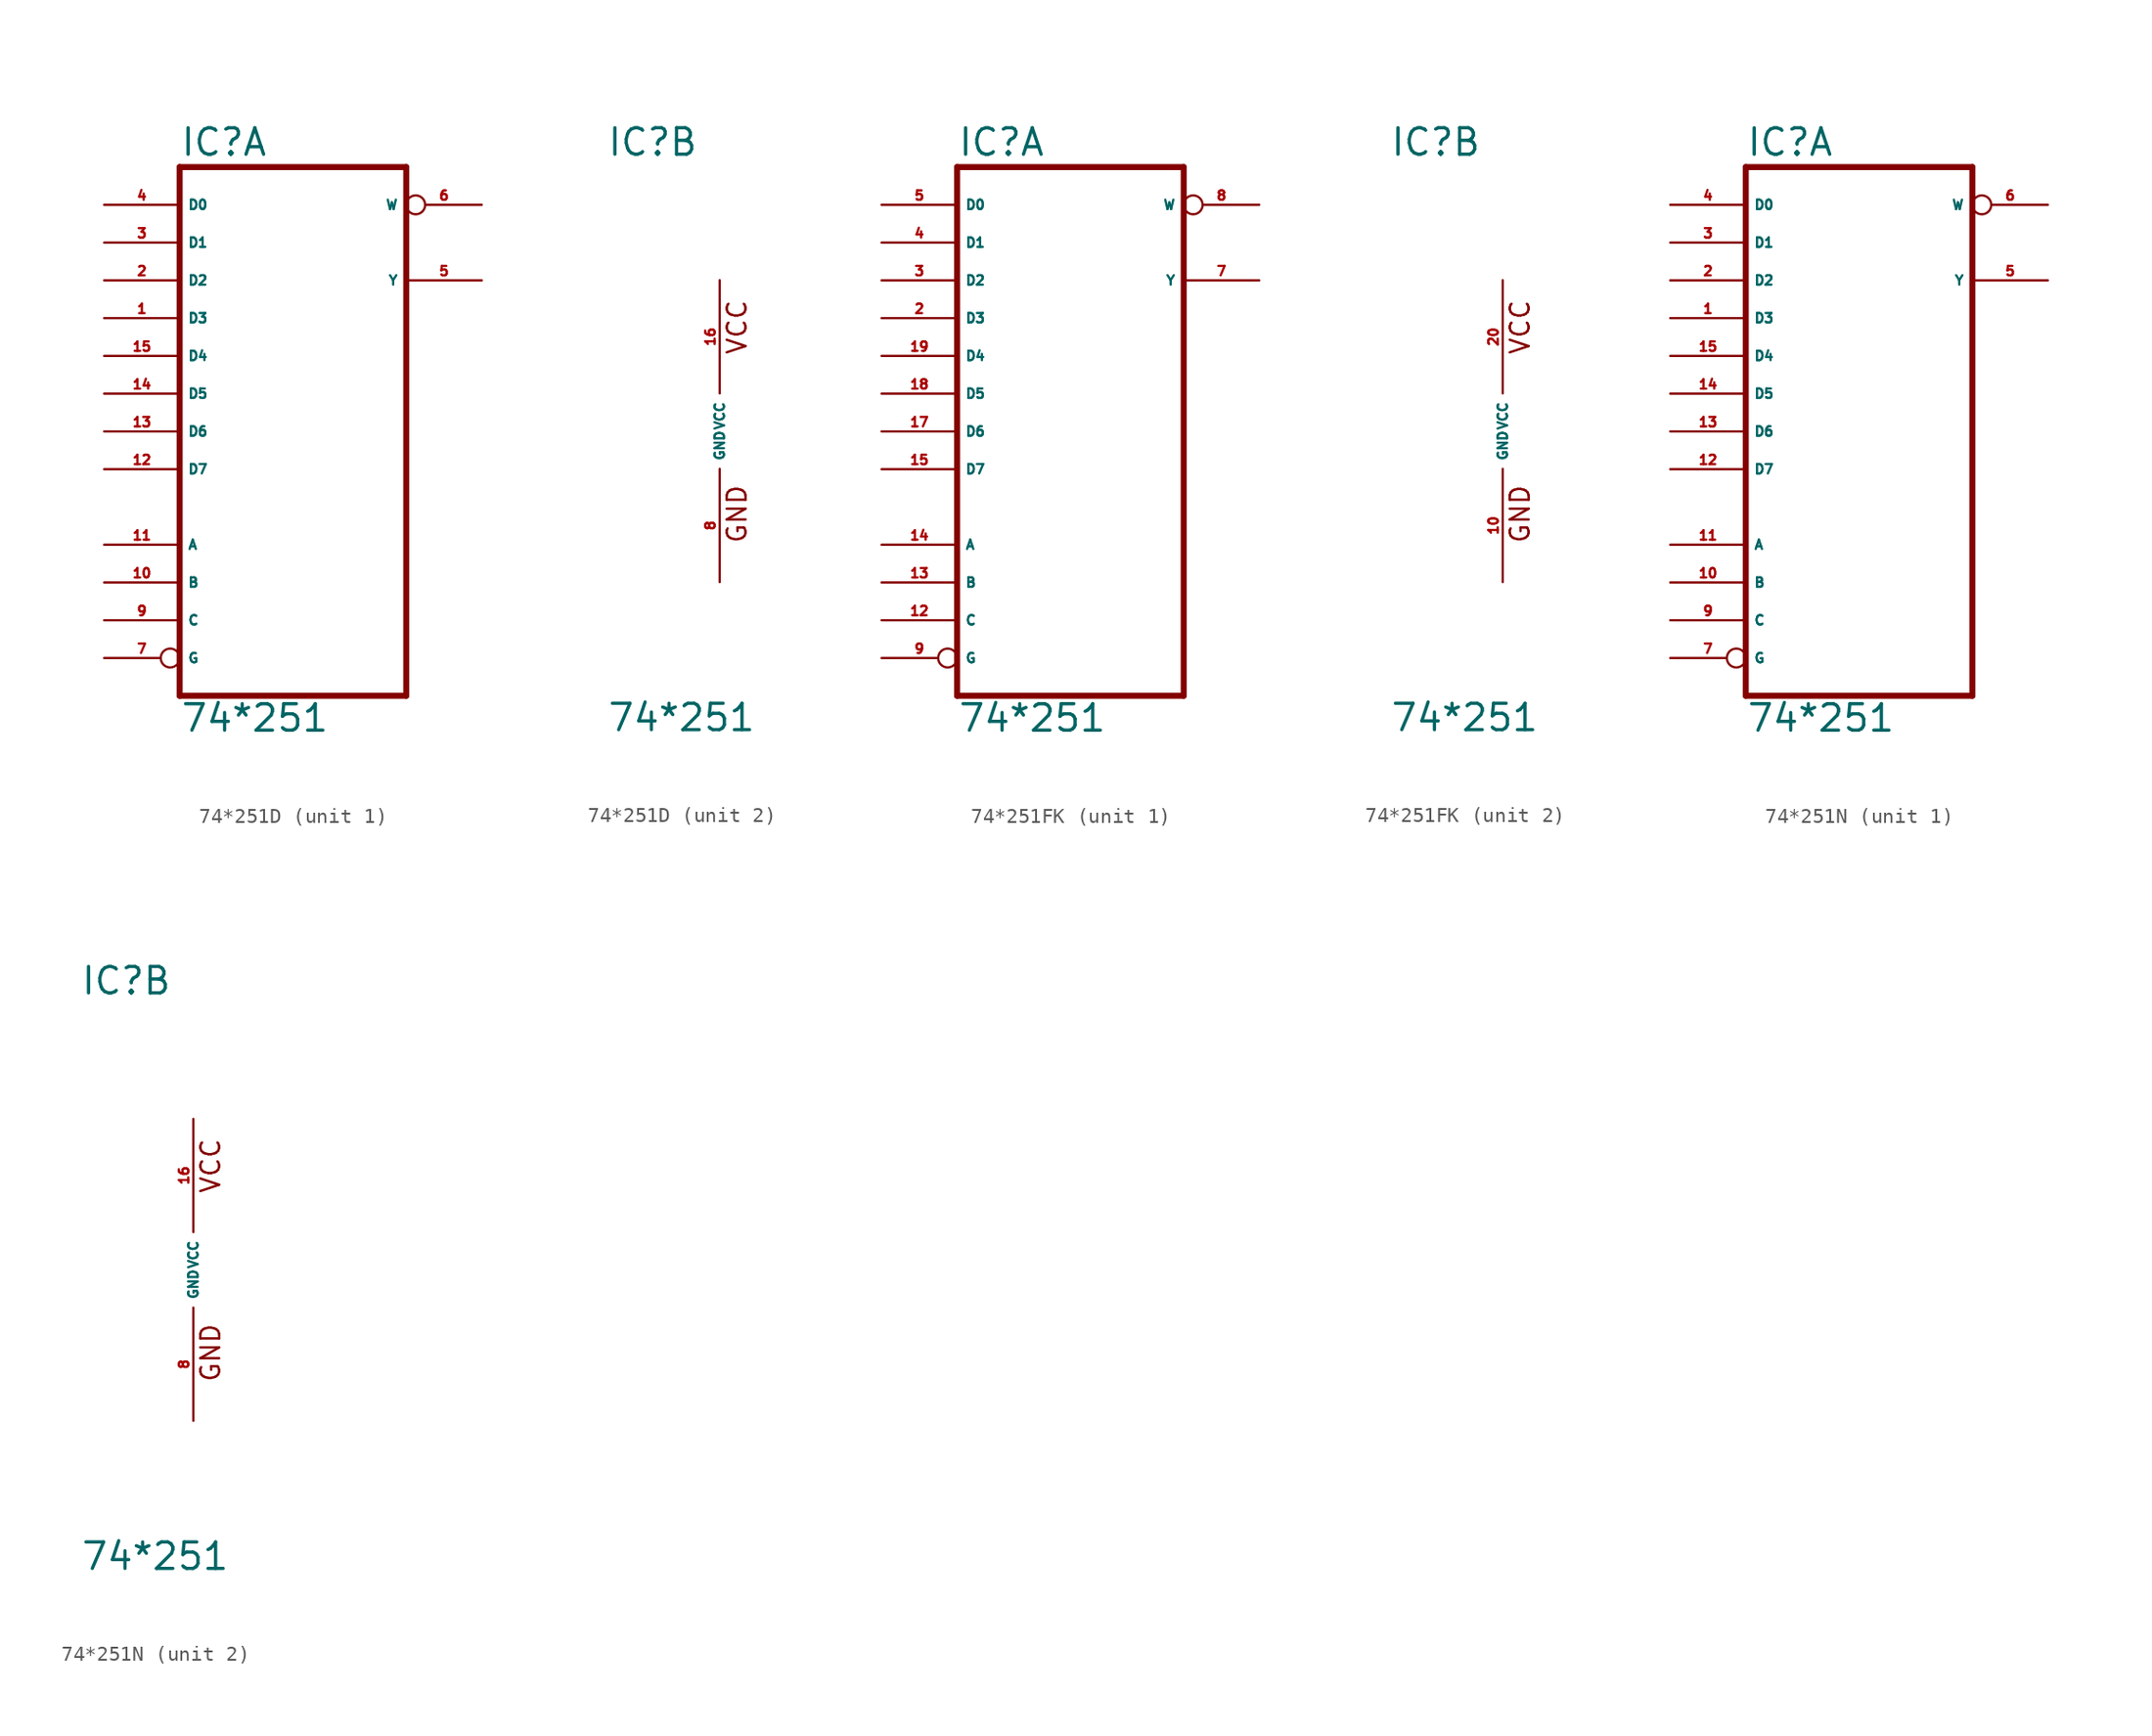
<source format=kicad_sym>
(kicad_symbol_lib
  (version 20220914)
  (generator Eagle2Kicad)
  (symbol "74*251D"
    (property "Reference" "IC"
      (at -7.62 18.415 0)
      (effects (font (size 1.778 1.778) (thickness 0.22)) (justify left bottom)))
    (property "Value" "74*251"
      (at -7.62 -20.32 0)
      (effects (font (size 1.778 1.778) (thickness 0.22)) (justify left bottom)))
    (symbol "74*251D_1_0"
      (polyline (pts (xy -7.62 -17.78) (xy 7.62 -17.78)) (stroke (width 0.406) (type default)) (fill (type none)))
      (polyline (pts (xy 7.62 -17.78) (xy 7.62 17.78)) (stroke (width 0.406) (type default)) (fill (type none)))
      (polyline (pts (xy 7.62 17.78) (xy -7.62 17.78)) (stroke (width 0.406) (type default)) (fill (type none)))
      (polyline (pts (xy -7.62 17.78) (xy -7.62 -17.78)) (stroke (width 0.406) (type default)) (fill (type none)))
      (pin input line (at -12.7 7.62 0) (length 5.08) (name "D3" (effects (font (size 0.635 0.635) (thickness 0.08)) (justify left bottom))) (number "1" (effects (font (size 0.635 0.635) (thickness 0.08)) (justify left bottom))))
      (pin input line (at -12.7 10.16 0) (length 5.08) (name "D2" (effects (font (size 0.635 0.635) (thickness 0.08)) (justify left bottom))) (number "2" (effects (font (size 0.635 0.635) (thickness 0.08)) (justify left bottom))))
      (pin input line (at -12.7 12.7 0) (length 5.08) (name "D1" (effects (font (size 0.635 0.635) (thickness 0.08)) (justify left bottom))) (number "3" (effects (font (size 0.635 0.635) (thickness 0.08)) (justify left bottom))))
      (pin input line (at -12.7 15.24 0) (length 5.08) (name "D0" (effects (font (size 0.635 0.635) (thickness 0.08)) (justify left bottom))) (number "4" (effects (font (size 0.635 0.635) (thickness 0.08)) (justify left bottom))))
      (pin tri_state line (at 12.7 10.16 180) (length 5.08) (name "Y" (effects (font (size 0.635 0.635) (thickness 0.08)) (justify left bottom))) (number "5" (effects (font (size 0.635 0.635) (thickness 0.08)) (justify left bottom))))
      (pin tri_state inverted (at 12.7 15.24 180) (length 5.08) (name "W" (effects (font (size 0.635 0.635) (thickness 0.08)) (justify left bottom))) (number "6" (effects (font (size 0.635 0.635) (thickness 0.08)) (justify left bottom))))
      (pin input inverted (at -12.7 -15.24 0) (length 5.08) (name "G" (effects (font (size 0.635 0.635) (thickness 0.08)) (justify left bottom))) (number "7" (effects (font (size 0.635 0.635) (thickness 0.08)) (justify left bottom))))
      (pin input line (at -12.7 -12.7 0) (length 5.08) (name "C" (effects (font (size 0.635 0.635) (thickness 0.08)) (justify left bottom))) (number "9" (effects (font (size 0.635 0.635) (thickness 0.08)) (justify left bottom))))
      (pin input line (at -12.7 -10.16 0) (length 5.08) (name "B" (effects (font (size 0.635 0.635) (thickness 0.08)) (justify left bottom))) (number "10" (effects (font (size 0.635 0.635) (thickness 0.08)) (justify left bottom))))
      (pin input line (at -12.7 -7.62 0) (length 5.08) (name "A" (effects (font (size 0.635 0.635) (thickness 0.08)) (justify left bottom))) (number "11" (effects (font (size 0.635 0.635) (thickness 0.08)) (justify left bottom))))
      (pin input line (at -12.7 -2.54 0) (length 5.08) (name "D7" (effects (font (size 0.635 0.635) (thickness 0.08)) (justify left bottom))) (number "12" (effects (font (size 0.635 0.635) (thickness 0.08)) (justify left bottom))))
      (pin input line (at -12.7 0 0) (length 5.08) (name "D6" (effects (font (size 0.635 0.635) (thickness 0.08)) (justify left bottom))) (number "13" (effects (font (size 0.635 0.635) (thickness 0.08)) (justify left bottom))))
      (pin input line (at -12.7 2.54 0) (length 5.08) (name "D5" (effects (font (size 0.635 0.635) (thickness 0.08)) (justify left bottom))) (number "14" (effects (font (size 0.635 0.635) (thickness 0.08)) (justify left bottom))))
      (pin input line (at -12.7 5.08 0) (length 5.08) (name "D4" (effects (font (size 0.635 0.635) (thickness 0.08)) (justify left bottom))) (number "15" (effects (font (size 0.635 0.635) (thickness 0.08)) (justify left bottom)))))
    (symbol "74*251D_2_0"
      (text "GND" (at 1.905 -7.62 900) (effects (font (size 1.27 1.27) (thickness 0.16)) (justify left bottom)))
      (text "VCC" (at 1.905 5.08 900) (effects (font (size 1.27 1.27) (thickness 0.16)) (justify left bottom)))
      (pin unspecified line (at 0 -10.16 90) (length 7.62) (name "GND" (effects (font (size 0.635 0.635) (thickness 0.08)) (justify left bottom))) (number "8" (effects (font (size 0.635 0.635) (thickness 0.08)) (justify left bottom))))
      (pin unspecified line (at 0 10.16 270) (length 7.62) (name "VCC" (effects (font (size 0.635 0.635) (thickness 0.08)) (justify left bottom))) (number "16" (effects (font (size 0.635 0.635) (thickness 0.08)) (justify left bottom))))))
  (symbol "74*251FK"
    (property "Reference" "IC"
      (at -7.62 18.415 0)
      (effects (font (size 1.778 1.778) (thickness 0.22)) (justify left bottom)))
    (property "Value" "74*251"
      (at -7.62 -20.32 0)
      (effects (font (size 1.778 1.778) (thickness 0.22)) (justify left bottom)))
    (symbol "74*251FK_1_0"
      (polyline (pts (xy -7.62 -17.78) (xy 7.62 -17.78)) (stroke (width 0.406) (type default)) (fill (type none)))
      (polyline (pts (xy 7.62 -17.78) (xy 7.62 17.78)) (stroke (width 0.406) (type default)) (fill (type none)))
      (polyline (pts (xy 7.62 17.78) (xy -7.62 17.78)) (stroke (width 0.406) (type default)) (fill (type none)))
      (polyline (pts (xy -7.62 17.78) (xy -7.62 -17.78)) (stroke (width 0.406) (type default)) (fill (type none)))
      (pin input line (at -12.7 7.62 0) (length 5.08) (name "D3" (effects (font (size 0.635 0.635) (thickness 0.08)) (justify left bottom))) (number "2" (effects (font (size 0.635 0.635) (thickness 0.08)) (justify left bottom))))
      (pin input line (at -12.7 10.16 0) (length 5.08) (name "D2" (effects (font (size 0.635 0.635) (thickness 0.08)) (justify left bottom))) (number "3" (effects (font (size 0.635 0.635) (thickness 0.08)) (justify left bottom))))
      (pin input line (at -12.7 12.7 0) (length 5.08) (name "D1" (effects (font (size 0.635 0.635) (thickness 0.08)) (justify left bottom))) (number "4" (effects (font (size 0.635 0.635) (thickness 0.08)) (justify left bottom))))
      (pin input line (at -12.7 15.24 0) (length 5.08) (name "D0" (effects (font (size 0.635 0.635) (thickness 0.08)) (justify left bottom))) (number "5" (effects (font (size 0.635 0.635) (thickness 0.08)) (justify left bottom))))
      (pin tri_state line (at 12.7 10.16 180) (length 5.08) (name "Y" (effects (font (size 0.635 0.635) (thickness 0.08)) (justify left bottom))) (number "7" (effects (font (size 0.635 0.635) (thickness 0.08)) (justify left bottom))))
      (pin tri_state inverted (at 12.7 15.24 180) (length 5.08) (name "W" (effects (font (size 0.635 0.635) (thickness 0.08)) (justify left bottom))) (number "8" (effects (font (size 0.635 0.635) (thickness 0.08)) (justify left bottom))))
      (pin input inverted (at -12.7 -15.24 0) (length 5.08) (name "G" (effects (font (size 0.635 0.635) (thickness 0.08)) (justify left bottom))) (number "9" (effects (font (size 0.635 0.635) (thickness 0.08)) (justify left bottom))))
      (pin input line (at -12.7 -12.7 0) (length 5.08) (name "C" (effects (font (size 0.635 0.635) (thickness 0.08)) (justify left bottom))) (number "12" (effects (font (size 0.635 0.635) (thickness 0.08)) (justify left bottom))))
      (pin input line (at -12.7 -10.16 0) (length 5.08) (name "B" (effects (font (size 0.635 0.635) (thickness 0.08)) (justify left bottom))) (number "13" (effects (font (size 0.635 0.635) (thickness 0.08)) (justify left bottom))))
      (pin input line (at -12.7 -7.62 0) (length 5.08) (name "A" (effects (font (size 0.635 0.635) (thickness 0.08)) (justify left bottom))) (number "14" (effects (font (size 0.635 0.635) (thickness 0.08)) (justify left bottom))))
      (pin input line (at -12.7 -2.54 0) (length 5.08) (name "D7" (effects (font (size 0.635 0.635) (thickness 0.08)) (justify left bottom))) (number "15" (effects (font (size 0.635 0.635) (thickness 0.08)) (justify left bottom))))
      (pin input line (at -12.7 0 0) (length 5.08) (name "D6" (effects (font (size 0.635 0.635) (thickness 0.08)) (justify left bottom))) (number "17" (effects (font (size 0.635 0.635) (thickness 0.08)) (justify left bottom))))
      (pin input line (at -12.7 2.54 0) (length 5.08) (name "D5" (effects (font (size 0.635 0.635) (thickness 0.08)) (justify left bottom))) (number "18" (effects (font (size 0.635 0.635) (thickness 0.08)) (justify left bottom))))
      (pin input line (at -12.7 5.08 0) (length 5.08) (name "D4" (effects (font (size 0.635 0.635) (thickness 0.08)) (justify left bottom))) (number "19" (effects (font (size 0.635 0.635) (thickness 0.08)) (justify left bottom)))))
    (symbol "74*251FK_2_0"
      (text "GND" (at 1.905 -7.62 900) (effects (font (size 1.27 1.27) (thickness 0.16)) (justify left bottom)))
      (text "VCC" (at 1.905 5.08 900) (effects (font (size 1.27 1.27) (thickness 0.16)) (justify left bottom)))
      (pin unspecified line (at 0 -10.16 90) (length 7.62) (name "GND" (effects (font (size 0.635 0.635) (thickness 0.08)) (justify left bottom))) (number "10" (effects (font (size 0.635 0.635) (thickness 0.08)) (justify left bottom))))
      (pin unspecified line (at 0 10.16 270) (length 7.62) (name "VCC" (effects (font (size 0.635 0.635) (thickness 0.08)) (justify left bottom))) (number "20" (effects (font (size 0.635 0.635) (thickness 0.08)) (justify left bottom))))))
  (symbol "74*251N"
    (property "Reference" "IC"
      (at -7.62 18.415 0)
      (effects (font (size 1.778 1.778) (thickness 0.22)) (justify left bottom)))
    (property "Value" "74*251"
      (at -7.62 -20.32 0)
      (effects (font (size 1.778 1.778) (thickness 0.22)) (justify left bottom)))
    (symbol "74*251N_1_0"
      (polyline (pts (xy -7.62 -17.78) (xy 7.62 -17.78)) (stroke (width 0.406) (type default)) (fill (type none)))
      (polyline (pts (xy 7.62 -17.78) (xy 7.62 17.78)) (stroke (width 0.406) (type default)) (fill (type none)))
      (polyline (pts (xy 7.62 17.78) (xy -7.62 17.78)) (stroke (width 0.406) (type default)) (fill (type none)))
      (polyline (pts (xy -7.62 17.78) (xy -7.62 -17.78)) (stroke (width 0.406) (type default)) (fill (type none)))
      (pin input line (at -12.7 7.62 0) (length 5.08) (name "D3" (effects (font (size 0.635 0.635) (thickness 0.08)) (justify left bottom))) (number "1" (effects (font (size 0.635 0.635) (thickness 0.08)) (justify left bottom))))
      (pin input line (at -12.7 10.16 0) (length 5.08) (name "D2" (effects (font (size 0.635 0.635) (thickness 0.08)) (justify left bottom))) (number "2" (effects (font (size 0.635 0.635) (thickness 0.08)) (justify left bottom))))
      (pin input line (at -12.7 12.7 0) (length 5.08) (name "D1" (effects (font (size 0.635 0.635) (thickness 0.08)) (justify left bottom))) (number "3" (effects (font (size 0.635 0.635) (thickness 0.08)) (justify left bottom))))
      (pin input line (at -12.7 15.24 0) (length 5.08) (name "D0" (effects (font (size 0.635 0.635) (thickness 0.08)) (justify left bottom))) (number "4" (effects (font (size 0.635 0.635) (thickness 0.08)) (justify left bottom))))
      (pin tri_state line (at 12.7 10.16 180) (length 5.08) (name "Y" (effects (font (size 0.635 0.635) (thickness 0.08)) (justify left bottom))) (number "5" (effects (font (size 0.635 0.635) (thickness 0.08)) (justify left bottom))))
      (pin tri_state inverted (at 12.7 15.24 180) (length 5.08) (name "W" (effects (font (size 0.635 0.635) (thickness 0.08)) (justify left bottom))) (number "6" (effects (font (size 0.635 0.635) (thickness 0.08)) (justify left bottom))))
      (pin input inverted (at -12.7 -15.24 0) (length 5.08) (name "G" (effects (font (size 0.635 0.635) (thickness 0.08)) (justify left bottom))) (number "7" (effects (font (size 0.635 0.635) (thickness 0.08)) (justify left bottom))))
      (pin input line (at -12.7 -12.7 0) (length 5.08) (name "C" (effects (font (size 0.635 0.635) (thickness 0.08)) (justify left bottom))) (number "9" (effects (font (size 0.635 0.635) (thickness 0.08)) (justify left bottom))))
      (pin input line (at -12.7 -10.16 0) (length 5.08) (name "B" (effects (font (size 0.635 0.635) (thickness 0.08)) (justify left bottom))) (number "10" (effects (font (size 0.635 0.635) (thickness 0.08)) (justify left bottom))))
      (pin input line (at -12.7 -7.62 0) (length 5.08) (name "A" (effects (font (size 0.635 0.635) (thickness 0.08)) (justify left bottom))) (number "11" (effects (font (size 0.635 0.635) (thickness 0.08)) (justify left bottom))))
      (pin input line (at -12.7 -2.54 0) (length 5.08) (name "D7" (effects (font (size 0.635 0.635) (thickness 0.08)) (justify left bottom))) (number "12" (effects (font (size 0.635 0.635) (thickness 0.08)) (justify left bottom))))
      (pin input line (at -12.7 0 0) (length 5.08) (name "D6" (effects (font (size 0.635 0.635) (thickness 0.08)) (justify left bottom))) (number "13" (effects (font (size 0.635 0.635) (thickness 0.08)) (justify left bottom))))
      (pin input line (at -12.7 2.54 0) (length 5.08) (name "D5" (effects (font (size 0.635 0.635) (thickness 0.08)) (justify left bottom))) (number "14" (effects (font (size 0.635 0.635) (thickness 0.08)) (justify left bottom))))
      (pin input line (at -12.7 5.08 0) (length 5.08) (name "D4" (effects (font (size 0.635 0.635) (thickness 0.08)) (justify left bottom))) (number "15" (effects (font (size 0.635 0.635) (thickness 0.08)) (justify left bottom)))))
    (symbol "74*251N_2_0"
      (text "GND" (at 1.905 -7.62 900) (effects (font (size 1.27 1.27) (thickness 0.16)) (justify left bottom)))
      (text "VCC" (at 1.905 5.08 900) (effects (font (size 1.27 1.27) (thickness 0.16)) (justify left bottom)))
      (pin unspecified line (at 0 -10.16 90) (length 7.62) (name "GND" (effects (font (size 0.635 0.635) (thickness 0.08)) (justify left bottom))) (number "8" (effects (font (size 0.635 0.635) (thickness 0.08)) (justify left bottom))))
      (pin unspecified line (at 0 10.16 270) (length 7.62) (name "VCC" (effects (font (size 0.635 0.635) (thickness 0.08)) (justify left bottom))) (number "16" (effects (font (size 0.635 0.635) (thickness 0.08)) (justify left bottom)))))))
</source>
